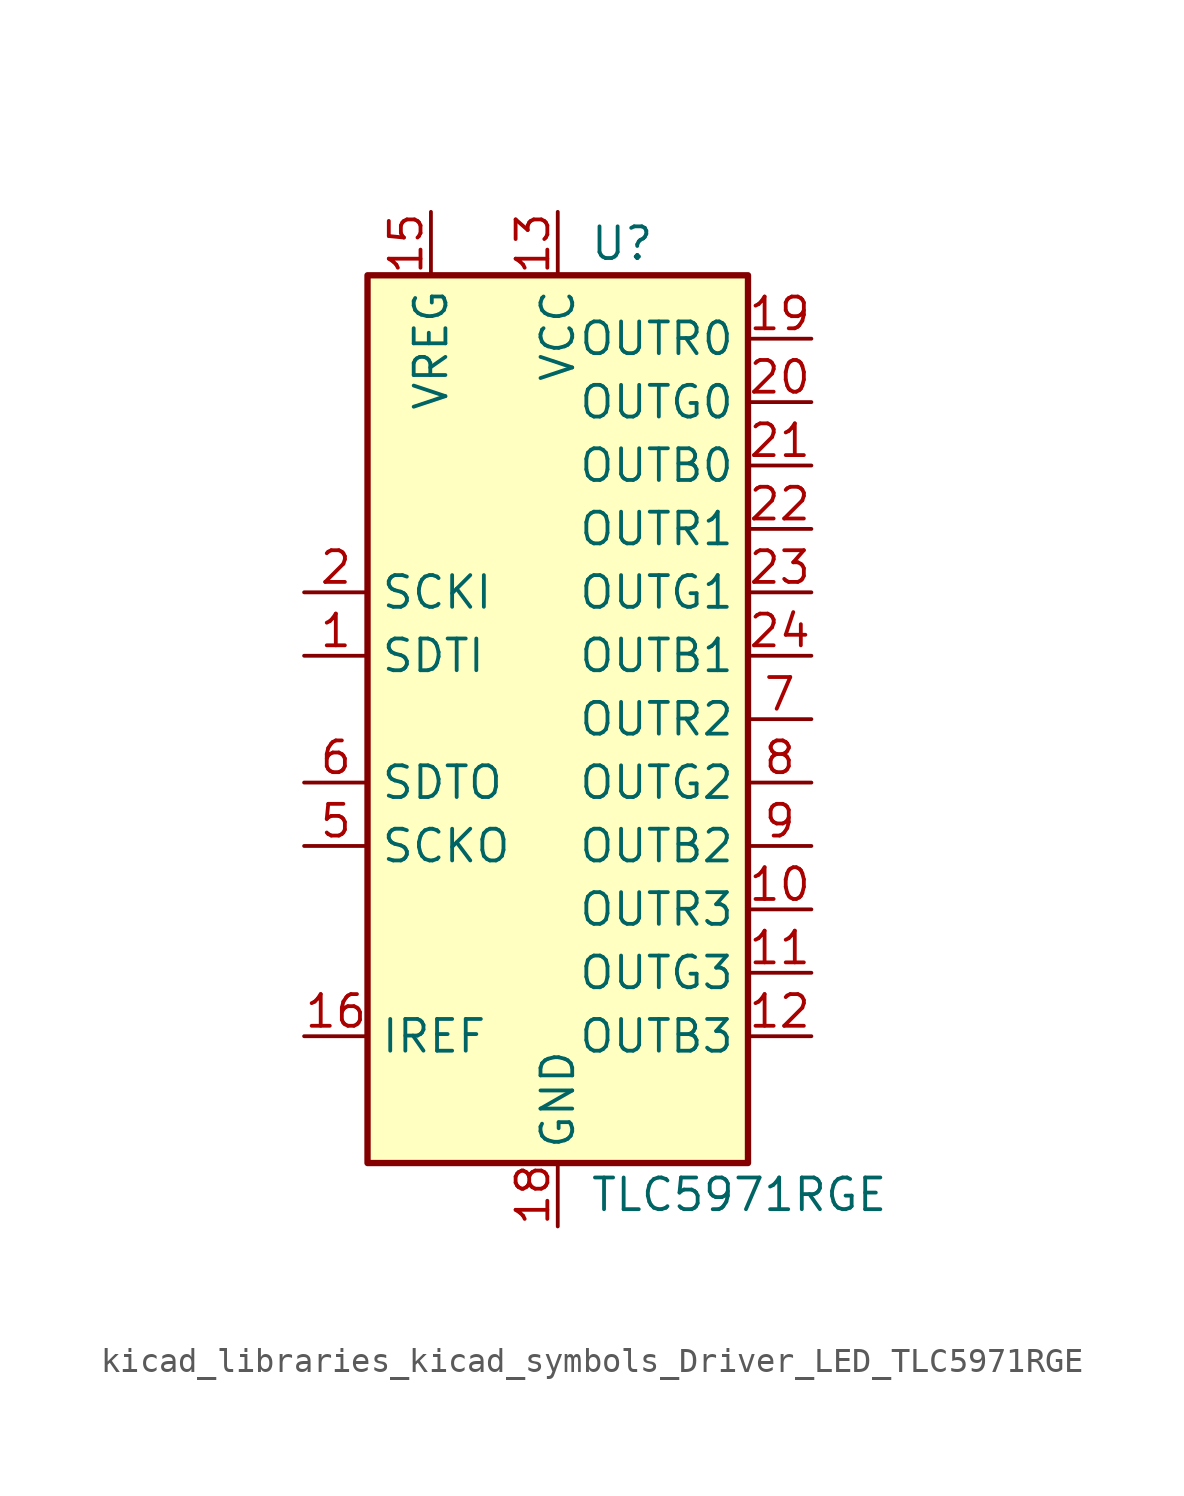
<source format=kicad_sym>
(kicad_symbol_lib
  (version 20220914)
  (generator kicad_symbol_editor)
  (symbol "kicad_libraries_kicad_symbols_Driver_LED_TLC5971RGE"
    (property "Reference" "U"
      (at 1.27 19.05 0)
      (effects (font (size 1.27 1.27)) (justify left)))
    (property "Value" "TLC5971RGE"
      (at 1.27 -19.05 0)
      (effects (font (size 1.27 1.27)) (justify left)))
    (symbol "kicad_libraries_kicad_symbols_Driver_LED_TLC5971RGE_0_1"
      (rectangle (start -7.62 17.78) (end 7.62 -17.78) (stroke (width 0.254) (type default)) (fill (type background)))
      (pin input line (at -10.16 2.54 0) (length 2.54) (name "SDTI" (effects (font (size 1.27 1.27)))) (number "1" (effects (font (size 1.27 1.27)))))
      (pin open_collector line (at 10.16 -7.62 180) (length 2.54) (name "OUTR3" (effects (font (size 1.27 1.27)))) (number "10" (effects (font (size 1.27 1.27)))))
      (pin open_collector line (at 10.16 -10.16 180) (length 2.54) (name "OUTG3" (effects (font (size 1.27 1.27)))) (number "11" (effects (font (size 1.27 1.27)))))
      (pin open_collector line (at 10.16 -12.7 180) (length 2.54) (name "OUTB3" (effects (font (size 1.27 1.27)))) (number "12" (effects (font (size 1.27 1.27)))))
      (pin power_in line (at 0 20.32 270) (length 2.54) (name "VCC" (effects (font (size 1.27 1.27)))) (number "13" (effects (font (size 1.27 1.27)))))
      (pin no_connect line (at -7.62 -7.62 0) (length 2.54) hide (name "NC" (effects (font (size 1.27 1.27)))) (number "14" (effects (font (size 1.27 1.27)))))
      (pin no_connect line (at -7.62 -10.16 0) (length 2.54) hide (name "NC" (effects (font (size 1.27 1.27)))) (number "17" (effects (font (size 1.27 1.27)))))
      (pin power_in line (at 0 -20.32 90) (length 2.54) (name "GND" (effects (font (size 1.27 1.27)))) (number "18" (effects (font (size 1.27 1.27)))))
      (pin open_collector line (at 10.16 15.24 180) (length 2.54) (name "OUTR0" (effects (font (size 1.27 1.27)))) (number "19" (effects (font (size 1.27 1.27)))))
      (pin input line (at -10.16 5.08 0) (length 2.54) (name "SCKI" (effects (font (size 1.27 1.27)))) (number "2" (effects (font (size 1.27 1.27)))))
      (pin open_collector line (at 10.16 12.7 180) (length 2.54) (name "OUTG0" (effects (font (size 1.27 1.27)))) (number "20" (effects (font (size 1.27 1.27)))))
      (pin open_collector line (at 10.16 10.16 180) (length 2.54) (name "OUTB0" (effects (font (size 1.27 1.27)))) (number "21" (effects (font (size 1.27 1.27)))))
      (pin open_collector line (at 10.16 7.62 180) (length 2.54) (name "OUTR1" (effects (font (size 1.27 1.27)))) (number "22" (effects (font (size 1.27 1.27)))))
      (pin open_collector line (at 10.16 5.08 180) (length 2.54) (name "OUTG1" (effects (font (size 1.27 1.27)))) (number "23" (effects (font (size 1.27 1.27)))))
      (pin open_collector line (at 10.16 2.54 180) (length 2.54) (name "OUTB1" (effects (font (size 1.27 1.27)))) (number "24" (effects (font (size 1.27 1.27)))))
      (pin passive line (at 0 -20.32 90) (length 2.54) hide (name "GND" (effects (font (size 1.27 1.27)))) (number "25" (effects (font (size 1.27 1.27)))))
      (pin no_connect line (at -7.62 10.16 0) (length 2.54) hide (name "NC" (effects (font (size 1.27 1.27)))) (number "3" (effects (font (size 1.27 1.27)))))
      (pin no_connect line (at -7.62 7.62 0) (length 2.54) hide (name "NC" (effects (font (size 1.27 1.27)))) (number "4" (effects (font (size 1.27 1.27)))))
      (pin output line (at -10.16 -2.54 0) (length 2.54) (name "SDTO" (effects (font (size 1.27 1.27)))) (number "6" (effects (font (size 1.27 1.27)))))
      (pin open_collector line (at 10.16 0 180) (length 2.54) (name "OUTR2" (effects (font (size 1.27 1.27)))) (number "7" (effects (font (size 1.27 1.27)))))
      (pin open_collector line (at 10.16 -2.54 180) (length 2.54) (name "OUTG2" (effects (font (size 1.27 1.27)))) (number "8" (effects (font (size 1.27 1.27)))))
      (pin open_collector line (at 10.16 -5.08 180) (length 2.54) (name "OUTB2" (effects (font (size 1.27 1.27)))) (number "9" (effects (font (size 1.27 1.27))))))
    (symbol "kicad_libraries_kicad_symbols_Driver_LED_TLC5971RGE_1_1"
      (pin passive line (at -5.08 20.32 270) (length 2.54) (name "VREG" (effects (font (size 1.27 1.27)))) (number "15" (effects (font (size 1.27 1.27)))))
      (pin passive line (at -10.16 -12.7 0) (length 2.54) (name "IREF" (effects (font (size 1.27 1.27)))) (number "16" (effects (font (size 1.27 1.27)))))
      (pin output line (at -10.16 -5.08 0) (length 2.54) (name "SCKO" (effects (font (size 1.27 1.27)))) (number "5" (effects (font (size 1.27 1.27))))))))
</source>
